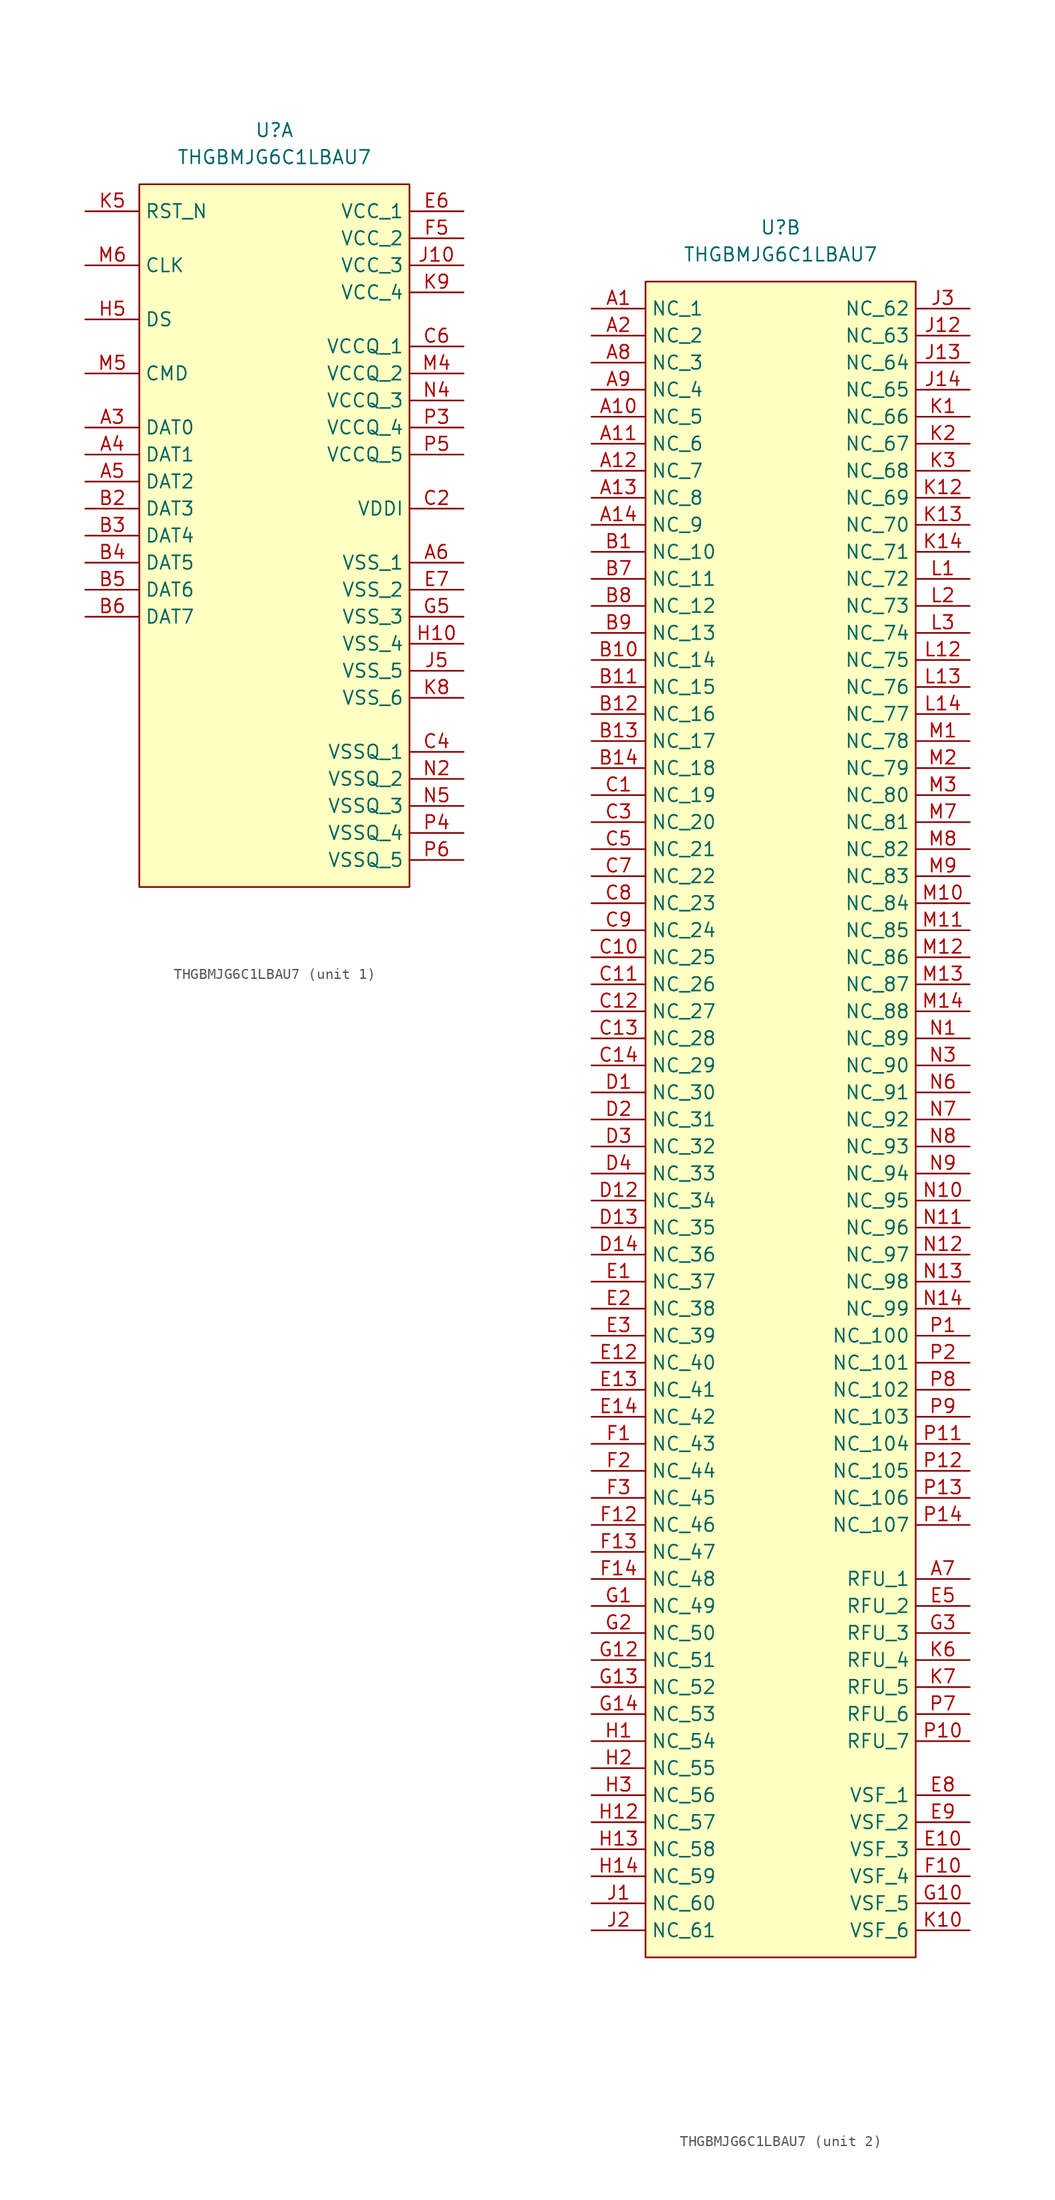
<source format=kicad_sym>
(kicad_symbol_lib
  (version 20241209)
  (generator "kicad_symbol_editor")
  (generator_version "9.0")
  (symbol "THGBMJG6C1LBAU7"
    (property "Reference" "U"
      (at 0 5.08 0)
      (effects (font (size 1.27 1.27))))
    (property "Value" "THGBMJG6C1LBAU7"
      (at 0 2.54 0)
      (effects (font (size 1.27 1.27))))
    (property "ki_locked" ""
      (at 0 0 0)
      (effects (font (size 1.27 1.27))))
    (symbol "THGBMJG6C1LBAU7_1_1"
      (rectangle (start -12.7 0) (end 12.7 -66.04) (stroke (width 0) (type default)) (fill (type background)))
      (pin passive line (at -17.78 -2.54 0) (length 5.08) (name "RST_N" (effects (font (size 1.27 1.27)))) (number "K5" (effects (font (size 1.27 1.27)))))
      (pin passive line (at -17.78 -7.62 0) (length 5.08) (name "CLK" (effects (font (size 1.27 1.27)))) (number "M6" (effects (font (size 1.27 1.27)))))
      (pin passive line (at -17.78 -12.7 0) (length 5.08) (name "DS" (effects (font (size 1.27 1.27)))) (number "H5" (effects (font (size 1.27 1.27)))))
      (pin passive line (at -17.78 -17.78 0) (length 5.08) (name "CMD" (effects (font (size 1.27 1.27)))) (number "M5" (effects (font (size 1.27 1.27)))))
      (pin passive line (at -17.78 -22.86 0) (length 5.08) (name "DAT0" (effects (font (size 1.27 1.27)))) (number "A3" (effects (font (size 1.27 1.27)))))
      (pin passive line (at -17.78 -25.4 0) (length 5.08) (name "DAT1" (effects (font (size 1.27 1.27)))) (number "A4" (effects (font (size 1.27 1.27)))))
      (pin passive line (at -17.78 -27.94 0) (length 5.08) (name "DAT2" (effects (font (size 1.27 1.27)))) (number "A5" (effects (font (size 1.27 1.27)))))
      (pin passive line (at -17.78 -30.48 0) (length 5.08) (name "DAT3" (effects (font (size 1.27 1.27)))) (number "B2" (effects (font (size 1.27 1.27)))))
      (pin passive line (at -17.78 -33.02 0) (length 5.08) (name "DAT4" (effects (font (size 1.27 1.27)))) (number "B3" (effects (font (size 1.27 1.27)))))
      (pin passive line (at -17.78 -35.56 0) (length 5.08) (name "DAT5" (effects (font (size 1.27 1.27)))) (number "B4" (effects (font (size 1.27 1.27)))))
      (pin passive line (at -17.78 -38.1 0) (length 5.08) (name "DAT6" (effects (font (size 1.27 1.27)))) (number "B5" (effects (font (size 1.27 1.27)))))
      (pin passive line (at -17.78 -40.64 0) (length 5.08) (name "DAT7" (effects (font (size 1.27 1.27)))) (number "B6" (effects (font (size 1.27 1.27)))))
      (pin passive line (at 17.78 -2.54 180) (length 5.08) (name "VCC_1" (effects (font (size 1.27 1.27)))) (number "E6" (effects (font (size 1.27 1.27)))))
      (pin passive line (at 17.78 -5.08 180) (length 5.08) (name "VCC_2" (effects (font (size 1.27 1.27)))) (number "F5" (effects (font (size 1.27 1.27)))))
      (pin passive line (at 17.78 -7.62 180) (length 5.08) (name "VCC_3" (effects (font (size 1.27 1.27)))) (number "J10" (effects (font (size 1.27 1.27)))))
      (pin passive line (at 17.78 -10.16 180) (length 5.08) (name "VCC_4" (effects (font (size 1.27 1.27)))) (number "K9" (effects (font (size 1.27 1.27)))))
      (pin passive line (at 17.78 -15.24 180) (length 5.08) (name "VCCQ_1" (effects (font (size 1.27 1.27)))) (number "C6" (effects (font (size 1.27 1.27)))))
      (pin passive line (at 17.78 -17.78 180) (length 5.08) (name "VCCQ_2" (effects (font (size 1.27 1.27)))) (number "M4" (effects (font (size 1.27 1.27)))))
      (pin passive line (at 17.78 -20.32 180) (length 5.08) (name "VCCQ_3" (effects (font (size 1.27 1.27)))) (number "N4" (effects (font (size 1.27 1.27)))))
      (pin passive line (at 17.78 -22.86 180) (length 5.08) (name "VCCQ_4" (effects (font (size 1.27 1.27)))) (number "P3" (effects (font (size 1.27 1.27)))))
      (pin passive line (at 17.78 -25.4 180) (length 5.08) (name "VCCQ_5" (effects (font (size 1.27 1.27)))) (number "P5" (effects (font (size 1.27 1.27)))))
      (pin passive line (at 17.78 -30.48 180) (length 5.08) (name "VDDI" (effects (font (size 1.27 1.27)))) (number "C2" (effects (font (size 1.27 1.27)))))
      (pin passive line (at 17.78 -35.56 180) (length 5.08) (name "VSS_1" (effects (font (size 1.27 1.27)))) (number "A6" (effects (font (size 1.27 1.27)))))
      (pin passive line (at 17.78 -38.1 180) (length 5.08) (name "VSS_2" (effects (font (size 1.27 1.27)))) (number "E7" (effects (font (size 1.27 1.27)))))
      (pin passive line (at 17.78 -40.64 180) (length 5.08) (name "VSS_3" (effects (font (size 1.27 1.27)))) (number "G5" (effects (font (size 1.27 1.27)))))
      (pin passive line (at 17.78 -43.18 180) (length 5.08) (name "VSS_4" (effects (font (size 1.27 1.27)))) (number "H10" (effects (font (size 1.27 1.27)))))
      (pin passive line (at 17.78 -45.72 180) (length 5.08) (name "VSS_5" (effects (font (size 1.27 1.27)))) (number "J5" (effects (font (size 1.27 1.27)))))
      (pin passive line (at 17.78 -48.26 180) (length 5.08) (name "VSS_6" (effects (font (size 1.27 1.27)))) (number "K8" (effects (font (size 1.27 1.27)))))
      (pin passive line (at 17.78 -53.34 180) (length 5.08) (name "VSSQ_1" (effects (font (size 1.27 1.27)))) (number "C4" (effects (font (size 1.27 1.27)))))
      (pin passive line (at 17.78 -55.88 180) (length 5.08) (name "VSSQ_2" (effects (font (size 1.27 1.27)))) (number "N2" (effects (font (size 1.27 1.27)))))
      (pin passive line (at 17.78 -58.42 180) (length 5.08) (name "VSSQ_3" (effects (font (size 1.27 1.27)))) (number "N5" (effects (font (size 1.27 1.27)))))
      (pin passive line (at 17.78 -60.96 180) (length 5.08) (name "VSSQ_4" (effects (font (size 1.27 1.27)))) (number "P4" (effects (font (size 1.27 1.27)))))
      (pin passive line (at 17.78 -63.5 180) (length 5.08) (name "VSSQ_5" (effects (font (size 1.27 1.27)))) (number "P6" (effects (font (size 1.27 1.27))))))
    (symbol "THGBMJG6C1LBAU7_2_1"
      (rectangle (start -12.7 0) (end 12.7 -157.48) (stroke (width 0) (type default)) (fill (type background)))
      (pin passive line (at -17.78 -2.54 0) (length 5.08) (name "NC_1" (effects (font (size 1.27 1.27)))) (number "A1" (effects (font (size 1.27 1.27)))))
      (pin passive line (at -17.78 -5.08 0) (length 5.08) (name "NC_2" (effects (font (size 1.27 1.27)))) (number "A2" (effects (font (size 1.27 1.27)))))
      (pin passive line (at -17.78 -7.62 0) (length 5.08) (name "NC_3" (effects (font (size 1.27 1.27)))) (number "A8" (effects (font (size 1.27 1.27)))))
      (pin passive line (at -17.78 -10.16 0) (length 5.08) (name "NC_4" (effects (font (size 1.27 1.27)))) (number "A9" (effects (font (size 1.27 1.27)))))
      (pin passive line (at -17.78 -12.7 0) (length 5.08) (name "NC_5" (effects (font (size 1.27 1.27)))) (number "A10" (effects (font (size 1.27 1.27)))))
      (pin passive line (at -17.78 -15.24 0) (length 5.08) (name "NC_6" (effects (font (size 1.27 1.27)))) (number "A11" (effects (font (size 1.27 1.27)))))
      (pin passive line (at -17.78 -17.78 0) (length 5.08) (name "NC_7" (effects (font (size 1.27 1.27)))) (number "A12" (effects (font (size 1.27 1.27)))))
      (pin passive line (at -17.78 -20.32 0) (length 5.08) (name "NC_8" (effects (font (size 1.27 1.27)))) (number "A13" (effects (font (size 1.27 1.27)))))
      (pin passive line (at -17.78 -22.86 0) (length 5.08) (name "NC_9" (effects (font (size 1.27 1.27)))) (number "A14" (effects (font (size 1.27 1.27)))))
      (pin passive line (at -17.78 -25.4 0) (length 5.08) (name "NC_10" (effects (font (size 1.27 1.27)))) (number "B1" (effects (font (size 1.27 1.27)))))
      (pin passive line (at -17.78 -27.94 0) (length 5.08) (name "NC_11" (effects (font (size 1.27 1.27)))) (number "B7" (effects (font (size 1.27 1.27)))))
      (pin passive line (at -17.78 -30.48 0) (length 5.08) (name "NC_12" (effects (font (size 1.27 1.27)))) (number "B8" (effects (font (size 1.27 1.27)))))
      (pin passive line (at -17.78 -33.02 0) (length 5.08) (name "NC_13" (effects (font (size 1.27 1.27)))) (number "B9" (effects (font (size 1.27 1.27)))))
      (pin passive line (at -17.78 -35.56 0) (length 5.08) (name "NC_14" (effects (font (size 1.27 1.27)))) (number "B10" (effects (font (size 1.27 1.27)))))
      (pin passive line (at -17.78 -38.1 0) (length 5.08) (name "NC_15" (effects (font (size 1.27 1.27)))) (number "B11" (effects (font (size 1.27 1.27)))))
      (pin passive line (at -17.78 -40.64 0) (length 5.08) (name "NC_16" (effects (font (size 1.27 1.27)))) (number "B12" (effects (font (size 1.27 1.27)))))
      (pin passive line (at -17.78 -43.18 0) (length 5.08) (name "NC_17" (effects (font (size 1.27 1.27)))) (number "B13" (effects (font (size 1.27 1.27)))))
      (pin passive line (at -17.78 -45.72 0) (length 5.08) (name "NC_18" (effects (font (size 1.27 1.27)))) (number "B14" (effects (font (size 1.27 1.27)))))
      (pin passive line (at -17.78 -48.26 0) (length 5.08) (name "NC_19" (effects (font (size 1.27 1.27)))) (number "C1" (effects (font (size 1.27 1.27)))))
      (pin passive line (at -17.78 -50.8 0) (length 5.08) (name "NC_20" (effects (font (size 1.27 1.27)))) (number "C3" (effects (font (size 1.27 1.27)))))
      (pin passive line (at -17.78 -53.34 0) (length 5.08) (name "NC_21" (effects (font (size 1.27 1.27)))) (number "C5" (effects (font (size 1.27 1.27)))))
      (pin passive line (at -17.78 -55.88 0) (length 5.08) (name "NC_22" (effects (font (size 1.27 1.27)))) (number "C7" (effects (font (size 1.27 1.27)))))
      (pin passive line (at -17.78 -58.42 0) (length 5.08) (name "NC_23" (effects (font (size 1.27 1.27)))) (number "C8" (effects (font (size 1.27 1.27)))))
      (pin passive line (at -17.78 -60.96 0) (length 5.08) (name "NC_24" (effects (font (size 1.27 1.27)))) (number "C9" (effects (font (size 1.27 1.27)))))
      (pin passive line (at -17.78 -63.5 0) (length 5.08) (name "NC_25" (effects (font (size 1.27 1.27)))) (number "C10" (effects (font (size 1.27 1.27)))))
      (pin passive line (at -17.78 -66.04 0) (length 5.08) (name "NC_26" (effects (font (size 1.27 1.27)))) (number "C11" (effects (font (size 1.27 1.27)))))
      (pin passive line (at -17.78 -68.58 0) (length 5.08) (name "NC_27" (effects (font (size 1.27 1.27)))) (number "C12" (effects (font (size 1.27 1.27)))))
      (pin passive line (at -17.78 -71.12 0) (length 5.08) (name "NC_28" (effects (font (size 1.27 1.27)))) (number "C13" (effects (font (size 1.27 1.27)))))
      (pin passive line (at -17.78 -73.66 0) (length 5.08) (name "NC_29" (effects (font (size 1.27 1.27)))) (number "C14" (effects (font (size 1.27 1.27)))))
      (pin passive line (at -17.78 -76.2 0) (length 5.08) (name "NC_30" (effects (font (size 1.27 1.27)))) (number "D1" (effects (font (size 1.27 1.27)))))
      (pin passive line (at -17.78 -78.74 0) (length 5.08) (name "NC_31" (effects (font (size 1.27 1.27)))) (number "D2" (effects (font (size 1.27 1.27)))))
      (pin passive line (at -17.78 -81.28 0) (length 5.08) (name "NC_32" (effects (font (size 1.27 1.27)))) (number "D3" (effects (font (size 1.27 1.27)))))
      (pin passive line (at -17.78 -83.82 0) (length 5.08) (name "NC_33" (effects (font (size 1.27 1.27)))) (number "D4" (effects (font (size 1.27 1.27)))))
      (pin passive line (at -17.78 -86.36 0) (length 5.08) (name "NC_34" (effects (font (size 1.27 1.27)))) (number "D12" (effects (font (size 1.27 1.27)))))
      (pin passive line (at -17.78 -88.9 0) (length 5.08) (name "NC_35" (effects (font (size 1.27 1.27)))) (number "D13" (effects (font (size 1.27 1.27)))))
      (pin passive line (at -17.78 -91.44 0) (length 5.08) (name "NC_36" (effects (font (size 1.27 1.27)))) (number "D14" (effects (font (size 1.27 1.27)))))
      (pin passive line (at -17.78 -93.98 0) (length 5.08) (name "NC_37" (effects (font (size 1.27 1.27)))) (number "E1" (effects (font (size 1.27 1.27)))))
      (pin passive line (at -17.78 -96.52 0) (length 5.08) (name "NC_38" (effects (font (size 1.27 1.27)))) (number "E2" (effects (font (size 1.27 1.27)))))
      (pin passive line (at -17.78 -99.06 0) (length 5.08) (name "NC_39" (effects (font (size 1.27 1.27)))) (number "E3" (effects (font (size 1.27 1.27)))))
      (pin passive line (at -17.78 -101.6 0) (length 5.08) (name "NC_40" (effects (font (size 1.27 1.27)))) (number "E12" (effects (font (size 1.27 1.27)))))
      (pin passive line (at -17.78 -104.14 0) (length 5.08) (name "NC_41" (effects (font (size 1.27 1.27)))) (number "E13" (effects (font (size 1.27 1.27)))))
      (pin passive line (at -17.78 -106.68 0) (length 5.08) (name "NC_42" (effects (font (size 1.27 1.27)))) (number "E14" (effects (font (size 1.27 1.27)))))
      (pin passive line (at -17.78 -109.22 0) (length 5.08) (name "NC_43" (effects (font (size 1.27 1.27)))) (number "F1" (effects (font (size 1.27 1.27)))))
      (pin passive line (at -17.78 -111.76 0) (length 5.08) (name "NC_44" (effects (font (size 1.27 1.27)))) (number "F2" (effects (font (size 1.27 1.27)))))
      (pin passive line (at -17.78 -114.3 0) (length 5.08) (name "NC_45" (effects (font (size 1.27 1.27)))) (number "F3" (effects (font (size 1.27 1.27)))))
      (pin passive line (at -17.78 -116.84 0) (length 5.08) (name "NC_46" (effects (font (size 1.27 1.27)))) (number "F12" (effects (font (size 1.27 1.27)))))
      (pin passive line (at -17.78 -119.38 0) (length 5.08) (name "NC_47" (effects (font (size 1.27 1.27)))) (number "F13" (effects (font (size 1.27 1.27)))))
      (pin passive line (at -17.78 -121.92 0) (length 5.08) (name "NC_48" (effects (font (size 1.27 1.27)))) (number "F14" (effects (font (size 1.27 1.27)))))
      (pin passive line (at -17.78 -124.46 0) (length 5.08) (name "NC_49" (effects (font (size 1.27 1.27)))) (number "G1" (effects (font (size 1.27 1.27)))))
      (pin passive line (at -17.78 -127 0) (length 5.08) (name "NC_50" (effects (font (size 1.27 1.27)))) (number "G2" (effects (font (size 1.27 1.27)))))
      (pin passive line (at -17.78 -129.54 0) (length 5.08) (name "NC_51" (effects (font (size 1.27 1.27)))) (number "G12" (effects (font (size 1.27 1.27)))))
      (pin passive line (at -17.78 -132.08 0) (length 5.08) (name "NC_52" (effects (font (size 1.27 1.27)))) (number "G13" (effects (font (size 1.27 1.27)))))
      (pin passive line (at -17.78 -134.62 0) (length 5.08) (name "NC_53" (effects (font (size 1.27 1.27)))) (number "G14" (effects (font (size 1.27 1.27)))))
      (pin passive line (at -17.78 -137.16 0) (length 5.08) (name "NC_54" (effects (font (size 1.27 1.27)))) (number "H1" (effects (font (size 1.27 1.27)))))
      (pin passive line (at -17.78 -139.7 0) (length 5.08) (name "NC_55" (effects (font (size 1.27 1.27)))) (number "H2" (effects (font (size 1.27 1.27)))))
      (pin passive line (at -17.78 -142.24 0) (length 5.08) (name "NC_56" (effects (font (size 1.27 1.27)))) (number "H3" (effects (font (size 1.27 1.27)))))
      (pin passive line (at -17.78 -144.78 0) (length 5.08) (name "NC_57" (effects (font (size 1.27 1.27)))) (number "H12" (effects (font (size 1.27 1.27)))))
      (pin passive line (at -17.78 -147.32 0) (length 5.08) (name "NC_58" (effects (font (size 1.27 1.27)))) (number "H13" (effects (font (size 1.27 1.27)))))
      (pin passive line (at -17.78 -149.86 0) (length 5.08) (name "NC_59" (effects (font (size 1.27 1.27)))) (number "H14" (effects (font (size 1.27 1.27)))))
      (pin passive line (at -17.78 -152.4 0) (length 5.08) (name "NC_60" (effects (font (size 1.27 1.27)))) (number "J1" (effects (font (size 1.27 1.27)))))
      (pin passive line (at -17.78 -154.94 0) (length 5.08) (name "NC_61" (effects (font (size 1.27 1.27)))) (number "J2" (effects (font (size 1.27 1.27)))))
      (pin passive line (at 17.78 -2.54 180) (length 5.08) (name "NC_62" (effects (font (size 1.27 1.27)))) (number "J3" (effects (font (size 1.27 1.27)))))
      (pin passive line (at 17.78 -5.08 180) (length 5.08) (name "NC_63" (effects (font (size 1.27 1.27)))) (number "J12" (effects (font (size 1.27 1.27)))))
      (pin passive line (at 17.78 -7.62 180) (length 5.08) (name "NC_64" (effects (font (size 1.27 1.27)))) (number "J13" (effects (font (size 1.27 1.27)))))
      (pin passive line (at 17.78 -10.16 180) (length 5.08) (name "NC_65" (effects (font (size 1.27 1.27)))) (number "J14" (effects (font (size 1.27 1.27)))))
      (pin passive line (at 17.78 -12.7 180) (length 5.08) (name "NC_66" (effects (font (size 1.27 1.27)))) (number "K1" (effects (font (size 1.27 1.27)))))
      (pin passive line (at 17.78 -15.24 180) (length 5.08) (name "NC_67" (effects (font (size 1.27 1.27)))) (number "K2" (effects (font (size 1.27 1.27)))))
      (pin passive line (at 17.78 -17.78 180) (length 5.08) (name "NC_68" (effects (font (size 1.27 1.27)))) (number "K3" (effects (font (size 1.27 1.27)))))
      (pin passive line (at 17.78 -20.32 180) (length 5.08) (name "NC_69" (effects (font (size 1.27 1.27)))) (number "K12" (effects (font (size 1.27 1.27)))))
      (pin passive line (at 17.78 -22.86 180) (length 5.08) (name "NC_70" (effects (font (size 1.27 1.27)))) (number "K13" (effects (font (size 1.27 1.27)))))
      (pin passive line (at 17.78 -25.4 180) (length 5.08) (name "NC_71" (effects (font (size 1.27 1.27)))) (number "K14" (effects (font (size 1.27 1.27)))))
      (pin passive line (at 17.78 -27.94 180) (length 5.08) (name "NC_72" (effects (font (size 1.27 1.27)))) (number "L1" (effects (font (size 1.27 1.27)))))
      (pin passive line (at 17.78 -30.48 180) (length 5.08) (name "NC_73" (effects (font (size 1.27 1.27)))) (number "L2" (effects (font (size 1.27 1.27)))))
      (pin passive line (at 17.78 -33.02 180) (length 5.08) (name "NC_74" (effects (font (size 1.27 1.27)))) (number "L3" (effects (font (size 1.27 1.27)))))
      (pin passive line (at 17.78 -35.56 180) (length 5.08) (name "NC_75" (effects (font (size 1.27 1.27)))) (number "L12" (effects (font (size 1.27 1.27)))))
      (pin passive line (at 17.78 -38.1 180) (length 5.08) (name "NC_76" (effects (font (size 1.27 1.27)))) (number "L13" (effects (font (size 1.27 1.27)))))
      (pin passive line (at 17.78 -40.64 180) (length 5.08) (name "NC_77" (effects (font (size 1.27 1.27)))) (number "L14" (effects (font (size 1.27 1.27)))))
      (pin passive line (at 17.78 -43.18 180) (length 5.08) (name "NC_78" (effects (font (size 1.27 1.27)))) (number "M1" (effects (font (size 1.27 1.27)))))
      (pin passive line (at 17.78 -45.72 180) (length 5.08) (name "NC_79" (effects (font (size 1.27 1.27)))) (number "M2" (effects (font (size 1.27 1.27)))))
      (pin passive line (at 17.78 -48.26 180) (length 5.08) (name "NC_80" (effects (font (size 1.27 1.27)))) (number "M3" (effects (font (size 1.27 1.27)))))
      (pin passive line (at 17.78 -50.8 180) (length 5.08) (name "NC_81" (effects (font (size 1.27 1.27)))) (number "M7" (effects (font (size 1.27 1.27)))))
      (pin passive line (at 17.78 -53.34 180) (length 5.08) (name "NC_82" (effects (font (size 1.27 1.27)))) (number "M8" (effects (font (size 1.27 1.27)))))
      (pin passive line (at 17.78 -55.88 180) (length 5.08) (name "NC_83" (effects (font (size 1.27 1.27)))) (number "M9" (effects (font (size 1.27 1.27)))))
      (pin passive line (at 17.78 -58.42 180) (length 5.08) (name "NC_84" (effects (font (size 1.27 1.27)))) (number "M10" (effects (font (size 1.27 1.27)))))
      (pin passive line (at 17.78 -60.96 180) (length 5.08) (name "NC_85" (effects (font (size 1.27 1.27)))) (number "M11" (effects (font (size 1.27 1.27)))))
      (pin passive line (at 17.78 -63.5 180) (length 5.08) (name "NC_86" (effects (font (size 1.27 1.27)))) (number "M12" (effects (font (size 1.27 1.27)))))
      (pin passive line (at 17.78 -66.04 180) (length 5.08) (name "NC_87" (effects (font (size 1.27 1.27)))) (number "M13" (effects (font (size 1.27 1.27)))))
      (pin passive line (at 17.78 -68.58 180) (length 5.08) (name "NC_88" (effects (font (size 1.27 1.27)))) (number "M14" (effects (font (size 1.27 1.27)))))
      (pin passive line (at 17.78 -71.12 180) (length 5.08) (name "NC_89" (effects (font (size 1.27 1.27)))) (number "N1" (effects (font (size 1.27 1.27)))))
      (pin passive line (at 17.78 -73.66 180) (length 5.08) (name "NC_90" (effects (font (size 1.27 1.27)))) (number "N3" (effects (font (size 1.27 1.27)))))
      (pin passive line (at 17.78 -76.2 180) (length 5.08) (name "NC_91" (effects (font (size 1.27 1.27)))) (number "N6" (effects (font (size 1.27 1.27)))))
      (pin passive line (at 17.78 -78.74 180) (length 5.08) (name "NC_92" (effects (font (size 1.27 1.27)))) (number "N7" (effects (font (size 1.27 1.27)))))
      (pin passive line (at 17.78 -81.28 180) (length 5.08) (name "NC_93" (effects (font (size 1.27 1.27)))) (number "N8" (effects (font (size 1.27 1.27)))))
      (pin passive line (at 17.78 -83.82 180) (length 5.08) (name "NC_94" (effects (font (size 1.27 1.27)))) (number "N9" (effects (font (size 1.27 1.27)))))
      (pin passive line (at 17.78 -86.36 180) (length 5.08) (name "NC_95" (effects (font (size 1.27 1.27)))) (number "N10" (effects (font (size 1.27 1.27)))))
      (pin passive line (at 17.78 -88.9 180) (length 5.08) (name "NC_96" (effects (font (size 1.27 1.27)))) (number "N11" (effects (font (size 1.27 1.27)))))
      (pin passive line (at 17.78 -91.44 180) (length 5.08) (name "NC_97" (effects (font (size 1.27 1.27)))) (number "N12" (effects (font (size 1.27 1.27)))))
      (pin passive line (at 17.78 -93.98 180) (length 5.08) (name "NC_98" (effects (font (size 1.27 1.27)))) (number "N13" (effects (font (size 1.27 1.27)))))
      (pin passive line (at 17.78 -96.52 180) (length 5.08) (name "NC_99" (effects (font (size 1.27 1.27)))) (number "N14" (effects (font (size 1.27 1.27)))))
      (pin passive line (at 17.78 -99.06 180) (length 5.08) (name "NC_100" (effects (font (size 1.27 1.27)))) (number "P1" (effects (font (size 1.27 1.27)))))
      (pin passive line (at 17.78 -101.6 180) (length 5.08) (name "NC_101" (effects (font (size 1.27 1.27)))) (number "P2" (effects (font (size 1.27 1.27)))))
      (pin passive line (at 17.78 -104.14 180) (length 5.08) (name "NC_102" (effects (font (size 1.27 1.27)))) (number "P8" (effects (font (size 1.27 1.27)))))
      (pin passive line (at 17.78 -106.68 180) (length 5.08) (name "NC_103" (effects (font (size 1.27 1.27)))) (number "P9" (effects (font (size 1.27 1.27)))))
      (pin passive line (at 17.78 -109.22 180) (length 5.08) (name "NC_104" (effects (font (size 1.27 1.27)))) (number "P11" (effects (font (size 1.27 1.27)))))
      (pin passive line (at 17.78 -111.76 180) (length 5.08) (name "NC_105" (effects (font (size 1.27 1.27)))) (number "P12" (effects (font (size 1.27 1.27)))))
      (pin passive line (at 17.78 -114.3 180) (length 5.08) (name "NC_106" (effects (font (size 1.27 1.27)))) (number "P13" (effects (font (size 1.27 1.27)))))
      (pin passive line (at 17.78 -116.84 180) (length 5.08) (name "NC_107" (effects (font (size 1.27 1.27)))) (number "P14" (effects (font (size 1.27 1.27)))))
      (pin passive line (at 17.78 -121.92 180) (length 5.08) (name "RFU_1" (effects (font (size 1.27 1.27)))) (number "A7" (effects (font (size 1.27 1.27)))))
      (pin passive line (at 17.78 -124.46 180) (length 5.08) (name "RFU_2" (effects (font (size 1.27 1.27)))) (number "E5" (effects (font (size 1.27 1.27)))))
      (pin passive line (at 17.78 -127 180) (length 5.08) (name "RFU_3" (effects (font (size 1.27 1.27)))) (number "G3" (effects (font (size 1.27 1.27)))))
      (pin passive line (at 17.78 -129.54 180) (length 5.08) (name "RFU_4" (effects (font (size 1.27 1.27)))) (number "K6" (effects (font (size 1.27 1.27)))))
      (pin passive line (at 17.78 -132.08 180) (length 5.08) (name "RFU_5" (effects (font (size 1.27 1.27)))) (number "K7" (effects (font (size 1.27 1.27)))))
      (pin passive line (at 17.78 -134.62 180) (length 5.08) (name "RFU_6" (effects (font (size 1.27 1.27)))) (number "P7" (effects (font (size 1.27 1.27)))))
      (pin passive line (at 17.78 -137.16 180) (length 5.08) (name "RFU_7" (effects (font (size 1.27 1.27)))) (number "P10" (effects (font (size 1.27 1.27)))))
      (pin passive line (at 17.78 -142.24 180) (length 5.08) (name "VSF_1" (effects (font (size 1.27 1.27)))) (number "E8" (effects (font (size 1.27 1.27)))))
      (pin passive line (at 17.78 -144.78 180) (length 5.08) (name "VSF_2" (effects (font (size 1.27 1.27)))) (number "E9" (effects (font (size 1.27 1.27)))))
      (pin passive line (at 17.78 -147.32 180) (length 5.08) (name "VSF_3" (effects (font (size 1.27 1.27)))) (number "E10" (effects (font (size 1.27 1.27)))))
      (pin passive line (at 17.78 -149.86 180) (length 5.08) (name "VSF_4" (effects (font (size 1.27 1.27)))) (number "F10" (effects (font (size 1.27 1.27)))))
      (pin passive line (at 17.78 -152.4 180) (length 5.08) (name "VSF_5" (effects (font (size 1.27 1.27)))) (number "G10" (effects (font (size 1.27 1.27)))))
      (pin passive line (at 17.78 -154.94 180) (length 5.08) (name "VSF_6" (effects (font (size 1.27 1.27)))) (number "K10" (effects (font (size 1.27 1.27))))))))
</source>
